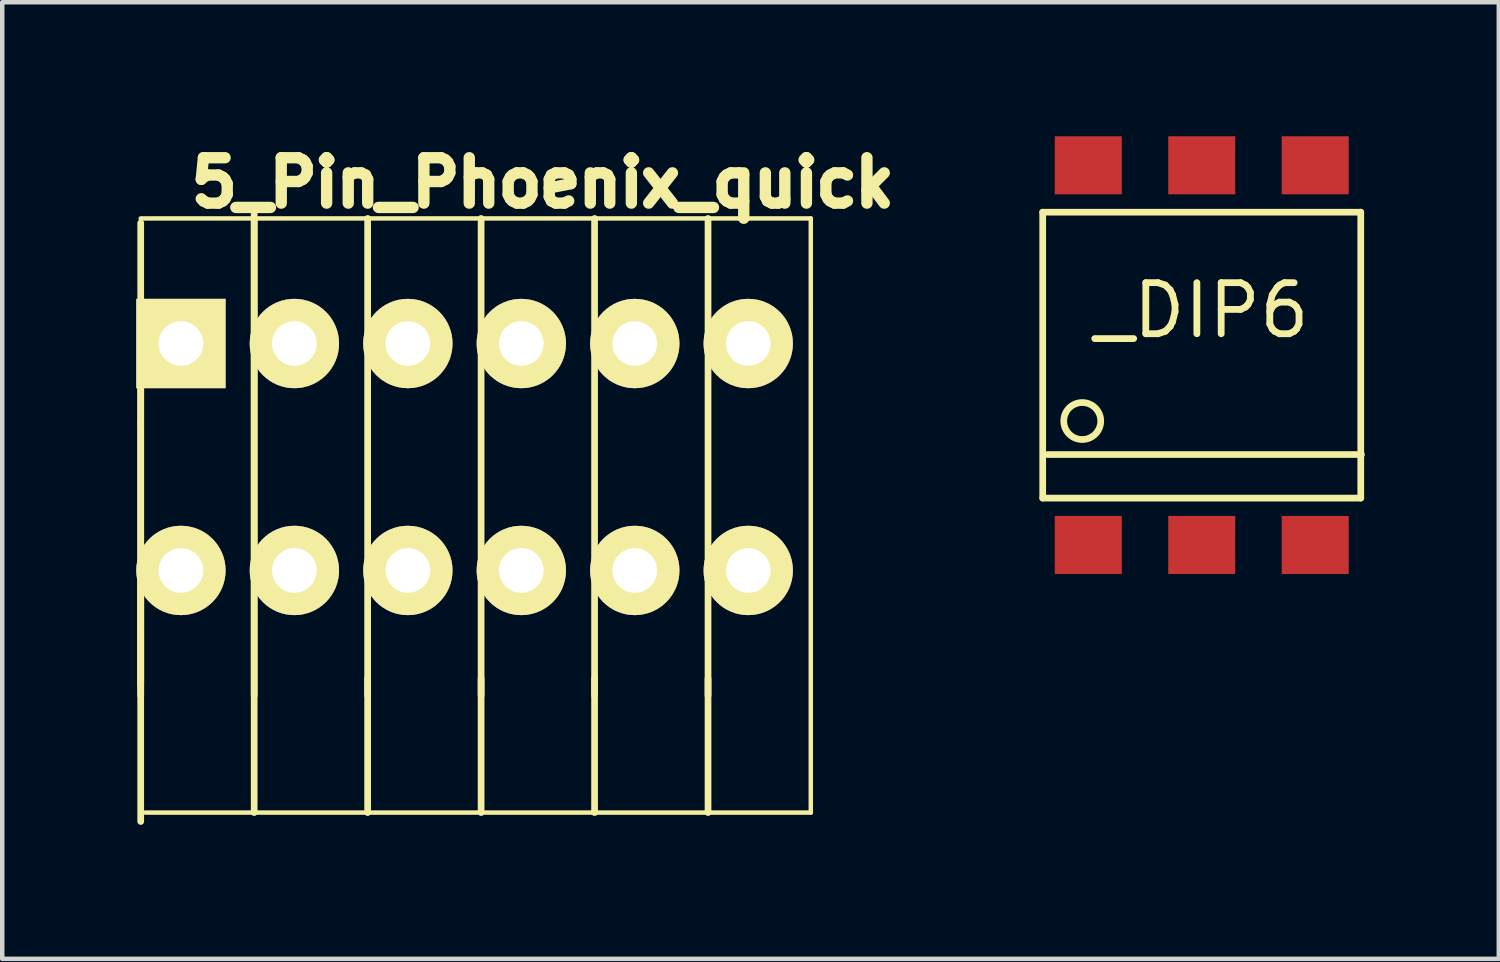
<source format=kicad_pcb>
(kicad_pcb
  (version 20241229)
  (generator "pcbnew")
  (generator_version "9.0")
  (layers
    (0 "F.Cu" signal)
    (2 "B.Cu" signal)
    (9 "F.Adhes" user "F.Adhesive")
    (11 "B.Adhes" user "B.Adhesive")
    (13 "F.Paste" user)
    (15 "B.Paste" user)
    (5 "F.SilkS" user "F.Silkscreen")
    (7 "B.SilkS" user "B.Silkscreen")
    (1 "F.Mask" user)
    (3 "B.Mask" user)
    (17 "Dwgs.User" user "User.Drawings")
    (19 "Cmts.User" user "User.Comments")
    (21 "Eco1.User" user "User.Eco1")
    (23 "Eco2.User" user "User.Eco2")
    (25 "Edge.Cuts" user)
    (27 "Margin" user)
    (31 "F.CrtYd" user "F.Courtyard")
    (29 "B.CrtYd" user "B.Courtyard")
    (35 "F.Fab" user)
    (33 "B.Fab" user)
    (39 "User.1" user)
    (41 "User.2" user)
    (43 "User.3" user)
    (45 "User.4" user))
  (footprint "_DIP6"
    (layer "F.Cu")
    (at 23.852 4.9)
    (property "Reference" "_DIP6" (at 0 -1 0) (layer "F.SilkS") (effects (font (size 1.143 1.143) (thickness 0.152))))
    (attr smd)
    (fp_line (start -3.56 -3.2) (end -3.56 3.2) (stroke (width 0.15) (type solid)) (layer "F.SilkS"))
    (fp_line (start -3.56 -3.2) (end 3.56 -3.2) (stroke (width 0.15) (type solid)) (layer "F.SilkS"))
    (fp_line (start -3.45 2.225) (end 3.575 2.225) (stroke (width 0.15) (type solid)) (layer "F.SilkS"))
    (fp_line (start 3.56 -3.2) (end 3.56 3.2) (stroke (width 0.15) (type solid)) (layer "F.SilkS"))
    (fp_line (start 3.56 3.2) (end -3.56 3.2) (stroke (width 0.15) (type solid)) (layer "F.SilkS"))
    (fp_circle (center -2.675 1.475) (end -2.3 1.3) (stroke (width 0.15) (type solid)) (fill no) (layer "F.SilkS"))
    (pad "1" smd rect (at -2.54 4.25) (size 1.5 1.3) (layers "F.Cu" "F.Mask" "F.Paste"))
    (pad "2" smd rect (at 0 4.25) (size 1.5 1.3) (layers "F.Cu" "F.Mask" "F.Paste"))
    (pad "3" smd rect (at 2.54 4.25) (size 1.5 1.3) (layers "F.Cu" "F.Mask" "F.Paste"))
    (pad "4" smd rect (at 2.54 -4.25) (size 1.5 1.3) (layers "F.Cu" "F.Mask" "F.Paste"))
    (pad "5" smd rect (at 0 -4.25) (size 1.5 1.3) (layers "F.Cu" "F.Mask" "F.Paste"))
    (pad "6" smd rect (at -2.54 -4.25) (size 1.5 1.3) (layers "F.Cu" "F.Mask" "F.Paste")))
  (footprint "5_Pin_Phoenix_quick"
    (layer "F.Cu")
    (at 1 4.64)
    (property "Reference" "5_Pin_Phoenix_quick" (at 8.1 -3.6 0) (layer "F.SilkS") (effects (font (size 1.016 1.016) (thickness 0.254))))
    (attr through_hole)
    (fp_line (start -0.9 -2.7) (end -0.9 1.8) (stroke (width 0.15) (type solid)) (layer "F.SilkS"))
    (fp_line (start -0.9 1.8) (end -0.9 6.3) (stroke (width 0.15) (type solid)) (layer "F.SilkS"))
    (fp_line (start -0.9 5.35) (end -0.9 10.7) (stroke (width 0.15) (type solid)) (layer "F.SilkS"))
    (fp_line (start -0.9 6.3) (end -0.9 7.65) (stroke (width 0.15) (type solid)) (layer "F.SilkS"))
    (fp_line (start -0.9 7.88) (end -0.9 0) (stroke (width 0.15) (type solid)) (layer "F.SilkS"))
    (fp_line (start -0.8 10.5) (end 14.1 10.5) (stroke (width 0.1) (type solid)) (layer "F.SilkS"))
    (fp_line (start 1.64 -3) (end 1.64 10.5) (stroke (width 0.15) (type solid)) (layer "F.SilkS"))
    (fp_line (start 1.64 -2.8) (end 1.64 7.88) (stroke (width 0.15) (type solid)) (layer "F.SilkS"))
    (fp_line (start 4.18 7.5) (end 4.18 10.5) (stroke (width 0.15) (type solid)) (layer "F.SilkS"))
    (fp_line (start 4.18 7.88) (end 4.18 -2.8) (stroke (width 0.15) (type solid)) (layer "F.SilkS"))
    (fp_line (start 6.72 -2.8) (end 6.72 7.88) (stroke (width 0.15) (type solid)) (layer "F.SilkS"))
    (fp_line (start 6.72 7.5) (end 6.72 10.5) (stroke (width 0.15) (type solid)) (layer "F.SilkS"))
    (fp_line (start 9.26 7.5) (end 9.26 10.5) (stroke (width 0.15) (type solid)) (layer "F.SilkS"))
    (fp_line (start 9.26 7.88) (end 9.26 -2.8) (stroke (width 0.15) (type solid)) (layer "F.SilkS"))
    (fp_line (start 11.8 -2.8) (end 11.8 7.88) (stroke (width 0.15) (type solid)) (layer "F.SilkS"))
    (fp_line (start 11.8 7.5) (end 11.8 10.5) (stroke (width 0.15) (type solid)) (layer "F.SilkS"))
    (fp_line (start 14.1 -2.8) (end -0.9 -2.8) (stroke (width 0.1) (type solid)) (layer "F.SilkS"))
    (fp_line (start 14.1 10.5) (end 14.1 -2.8) (stroke (width 0.1) (type solid)) (layer "F.SilkS"))
    (pad "1" thru_hole rect (at 0 0) (size 2 2) (drill 1) (layers "*.Cu" "*.Mask" "F.SilkS"))
    (pad "1" thru_hole circle (at 0 5.08) (size 2 2) (drill 1) (layers "*.Cu" "*.Mask" "F.SilkS"))
    (pad "2" thru_hole circle (at 2.54 0) (size 2 2) (drill 1) (layers "*.Cu" "*.Mask" "F.SilkS"))
    (pad "2" thru_hole circle (at 2.54 5.08) (size 2 2) (drill 1) (layers "*.Cu" "*.Mask" "F.SilkS"))
    (pad "3" thru_hole circle (at 5.08 0) (size 2 2) (drill 1) (layers "*.Cu" "*.Mask" "F.SilkS"))
    (pad "3" thru_hole circle (at 5.08 5.08) (size 2 2) (drill 1) (layers "*.Cu" "*.Mask" "F.SilkS"))
    (pad "4" thru_hole circle (at 7.62 0) (size 2 2) (drill 1) (layers "*.Cu" "*.Mask" "F.SilkS"))
    (pad "4" thru_hole circle (at 7.62 5.08) (size 2 2) (drill 1) (layers "*.Cu" "*.Mask" "F.SilkS"))
    (pad "5" thru_hole circle (at 10.16 0) (size 2 2) (drill 1) (layers "*.Cu" "*.Mask" "F.SilkS"))
    (pad "5" thru_hole circle (at 10.16 5.08) (size 2 2) (drill 1) (layers "*.Cu" "*.Mask" "F.SilkS"))
    (pad "6" thru_hole circle (at 12.7 0) (size 2 2) (drill 1) (layers "*.Cu" "*.Mask" "F.SilkS"))
    (pad "6" thru_hole circle (at 12.7 5.08) (size 2 2) (drill 1) (layers "*.Cu" "*.Mask" "F.SilkS")))
  (gr_rect
    (start -3 -3)
    (end 30.502 18.415)
    (stroke (width 0.1) (type default))
    (fill no)
    (layer "Edge.Cuts")))
</source>
